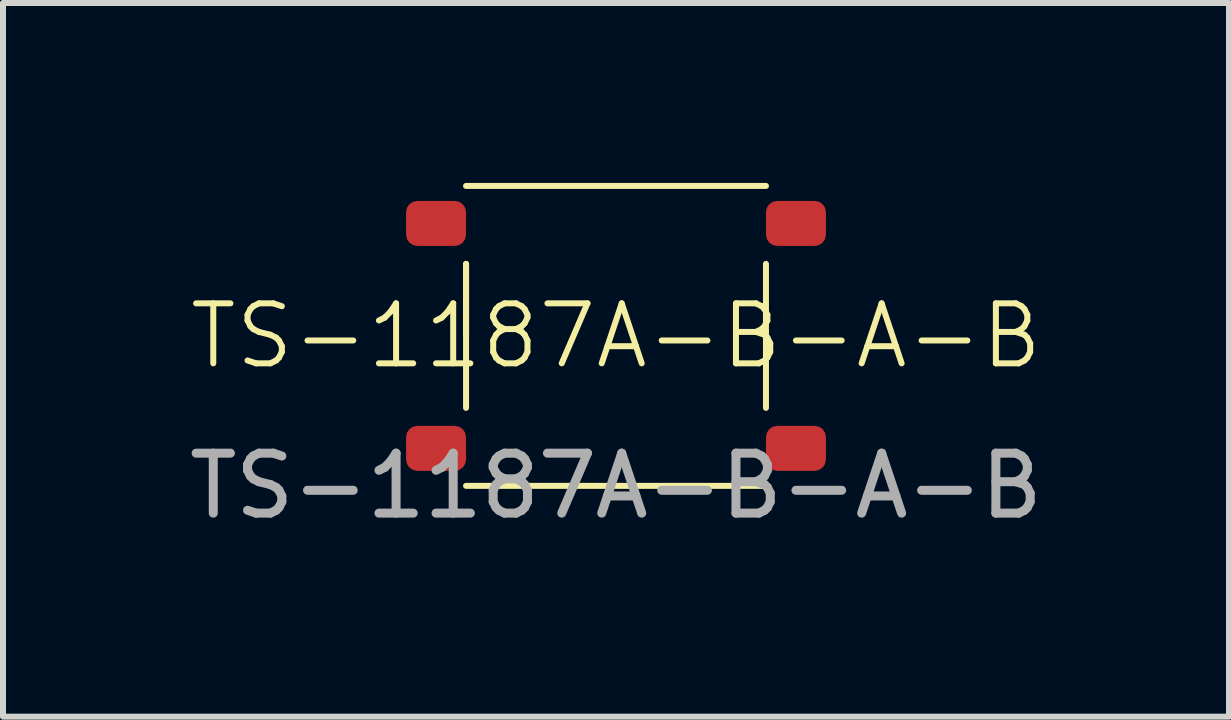
<source format=kicad_pcb>
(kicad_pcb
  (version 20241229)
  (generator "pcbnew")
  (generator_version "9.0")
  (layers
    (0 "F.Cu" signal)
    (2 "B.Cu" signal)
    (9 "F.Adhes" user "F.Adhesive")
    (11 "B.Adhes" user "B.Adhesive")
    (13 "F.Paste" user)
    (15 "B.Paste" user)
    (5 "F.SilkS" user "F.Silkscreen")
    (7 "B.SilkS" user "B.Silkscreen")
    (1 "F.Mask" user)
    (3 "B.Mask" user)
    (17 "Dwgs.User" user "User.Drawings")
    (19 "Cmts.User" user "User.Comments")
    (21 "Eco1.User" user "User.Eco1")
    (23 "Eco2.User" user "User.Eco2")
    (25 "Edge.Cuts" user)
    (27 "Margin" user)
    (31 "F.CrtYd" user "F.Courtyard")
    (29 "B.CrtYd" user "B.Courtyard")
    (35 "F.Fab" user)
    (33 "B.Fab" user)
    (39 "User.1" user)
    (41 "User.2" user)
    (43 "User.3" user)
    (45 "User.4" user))
  (footprint "TS-1187A-B-A-B"
    (layer "F.Cu")
    (at 7.22 2.55)
    (property "Reference" "TS-1187A-B-A-B" (at 0 0 0) (unlocked yes) (layer "F.SilkS") (effects (font (size 1 1) (thickness 0.1))))
    (attr smd)
    (fp_line (start -2.5 -2.5) (end 2.5 -2.5) (stroke (width 0.1) (type default)) (layer "F.SilkS"))
    (fp_line (start -2.5 -1.2) (end -2.5 0) (stroke (width 0.1) (type default)) (layer "F.SilkS"))
    (fp_line (start -2.5 0) (end -2.5 -1.2) (stroke (width 0.1) (type default)) (layer "F.SilkS"))
    (fp_line (start -2.5 0) (end -2.5 1.2) (stroke (width 0.1) (type default)) (layer "F.SilkS"))
    (fp_line (start -2.5 2.5) (end 2.5 2.5) (stroke (width 0.1) (type default)) (layer "F.SilkS"))
    (fp_line (start 2.5 0) (end 2.5 -1.2) (stroke (width 0.1) (type default)) (layer "F.SilkS"))
    (fp_line (start 2.5 0) (end 2.5 1.2) (stroke (width 0.1) (type default)) (layer "F.SilkS"))
    (fp_text user "${REFERENCE}" (at 0 2.5 0) (unlocked yes) (layer "F.Fab") (effects (font (size 1 1) (thickness 0.15))))
    (pad "1" smd roundrect (at -3 -1.875) (size 1 0.75) (layers "F.Cu" "F.Mask" "F.Paste") (roundrect_rratio 0.25))
    (pad "1" smd roundrect (at 3 -1.875) (size 1 0.75) (layers "F.Cu" "F.Mask" "F.Paste") (roundrect_rratio 0.25))
    (pad "2" smd roundrect (at -3 1.875) (size 1 0.75) (layers "F.Cu" "F.Mask" "F.Paste") (roundrect_rratio 0.25))
    (pad "2" smd roundrect (at 3 1.875) (size 1 0.75) (layers "F.Cu" "F.Mask" "F.Paste") (roundrect_rratio 0.25)))
  (gr_rect
    (start -3 -3)
    (end 17.44 8.898)
    (stroke (width 0.1) (type default))
    (fill no)
    (layer "Edge.Cuts")))
</source>
